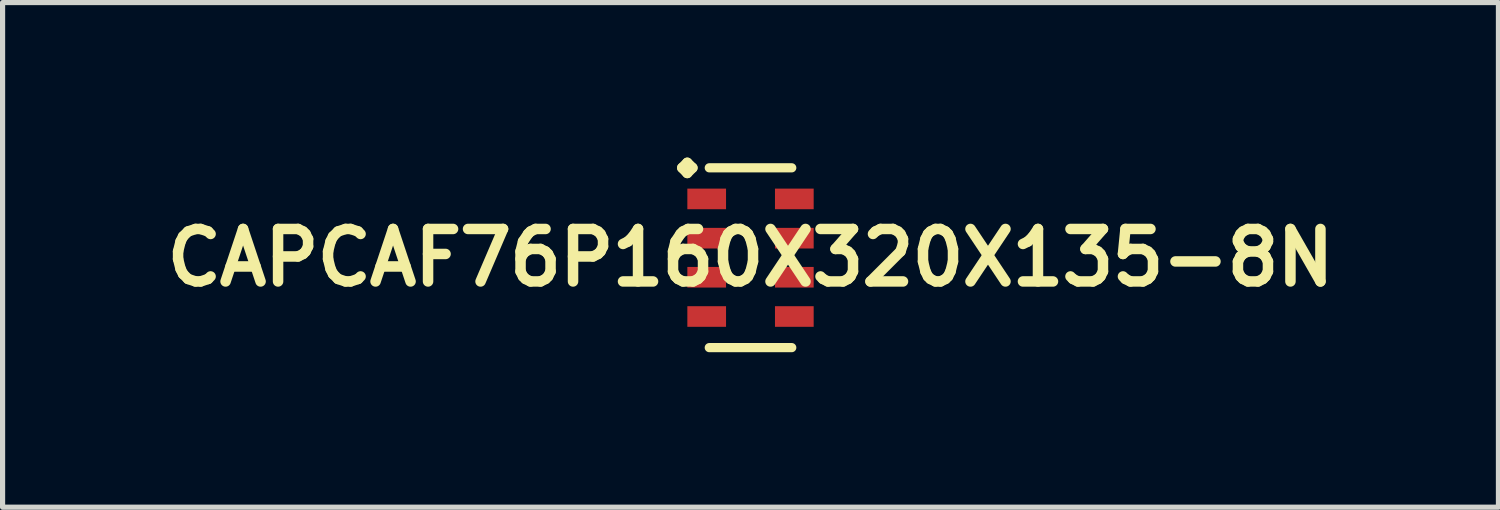
<source format=kicad_pcb>
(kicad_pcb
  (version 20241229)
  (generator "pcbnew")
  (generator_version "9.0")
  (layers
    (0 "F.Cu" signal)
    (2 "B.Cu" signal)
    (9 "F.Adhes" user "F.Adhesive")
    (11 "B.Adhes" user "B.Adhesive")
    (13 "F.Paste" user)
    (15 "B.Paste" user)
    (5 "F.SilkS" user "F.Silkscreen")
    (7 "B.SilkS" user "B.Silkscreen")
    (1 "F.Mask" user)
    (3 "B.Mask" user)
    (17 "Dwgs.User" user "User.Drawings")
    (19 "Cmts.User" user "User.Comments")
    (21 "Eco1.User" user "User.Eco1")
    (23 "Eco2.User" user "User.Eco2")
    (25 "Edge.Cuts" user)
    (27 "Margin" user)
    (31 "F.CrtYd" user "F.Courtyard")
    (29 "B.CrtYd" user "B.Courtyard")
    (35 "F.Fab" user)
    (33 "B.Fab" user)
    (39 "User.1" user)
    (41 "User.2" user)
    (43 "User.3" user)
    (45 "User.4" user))
  (footprint "CAPCAF76P160X320X135-8N"
    (layer "F.Cu")
    (at 11.476 1.938)
    (property "Reference" "CAPCAF76P160X320X135-8N" (at 0 0 0) (layer "F.SilkS") (effects (font (size 1.016 1.016) (thickness 0.203))))
    (attr smd)
    (fp_line (start -1.323 -1.74) (end -1.224 -1.839) (stroke (width 0.198) (type solid)) (layer "F.SilkS"))
    (fp_line (start -1.224 -1.839) (end -1.123 -1.74) (stroke (width 0.198) (type solid)) (layer "F.SilkS"))
    (fp_line (start -1.224 -1.638) (end -1.323 -1.74) (stroke (width 0.198) (type solid)) (layer "F.SilkS"))
    (fp_line (start -1.123 -1.74) (end -1.224 -1.638) (stroke (width 0.198) (type solid)) (layer "F.SilkS"))
    (fp_line (start -0.798 -1.74) (end 0.798 -1.74) (stroke (width 0.178) (type solid)) (layer "F.SilkS"))
    (fp_line (start -0.798 1.74) (end 0.798 1.74) (stroke (width 0.178) (type solid)) (layer "F.SilkS"))
    (pad "1" smd rect (at -0.848 -1.138) (size 0.749 0.399) (layers "F.Cu" "F.Mask" "F.Paste"))
    (pad "2" smd rect (at -0.848 -0.378) (size 0.749 0.399) (layers "F.Cu" "F.Mask" "F.Paste"))
    (pad "3" smd rect (at -0.848 0.378) (size 0.749 0.399) (layers "F.Cu" "F.Mask" "F.Paste"))
    (pad "4" smd rect (at -0.848 1.138) (size 0.749 0.399) (layers "F.Cu" "F.Mask" "F.Paste"))
    (pad "5" smd rect (at 0.848 1.138) (size 0.749 0.399) (layers "F.Cu" "F.Mask" "F.Paste"))
    (pad "6" smd rect (at 0.848 0.378) (size 0.749 0.399) (layers "F.Cu" "F.Mask" "F.Paste"))
    (pad "7" smd rect (at 0.848 -0.378) (size 0.749 0.399) (layers "F.Cu" "F.Mask" "F.Paste"))
    (pad "8" smd rect (at 0.848 -1.138) (size 0.749 0.399) (layers "F.Cu" "F.Mask" "F.Paste")))
  (gr_rect
    (start -3 -3)
    (end 25.952 6.767)
    (stroke (width 0.1) (type default))
    (fill no)
    (layer "Edge.Cuts")))
</source>
